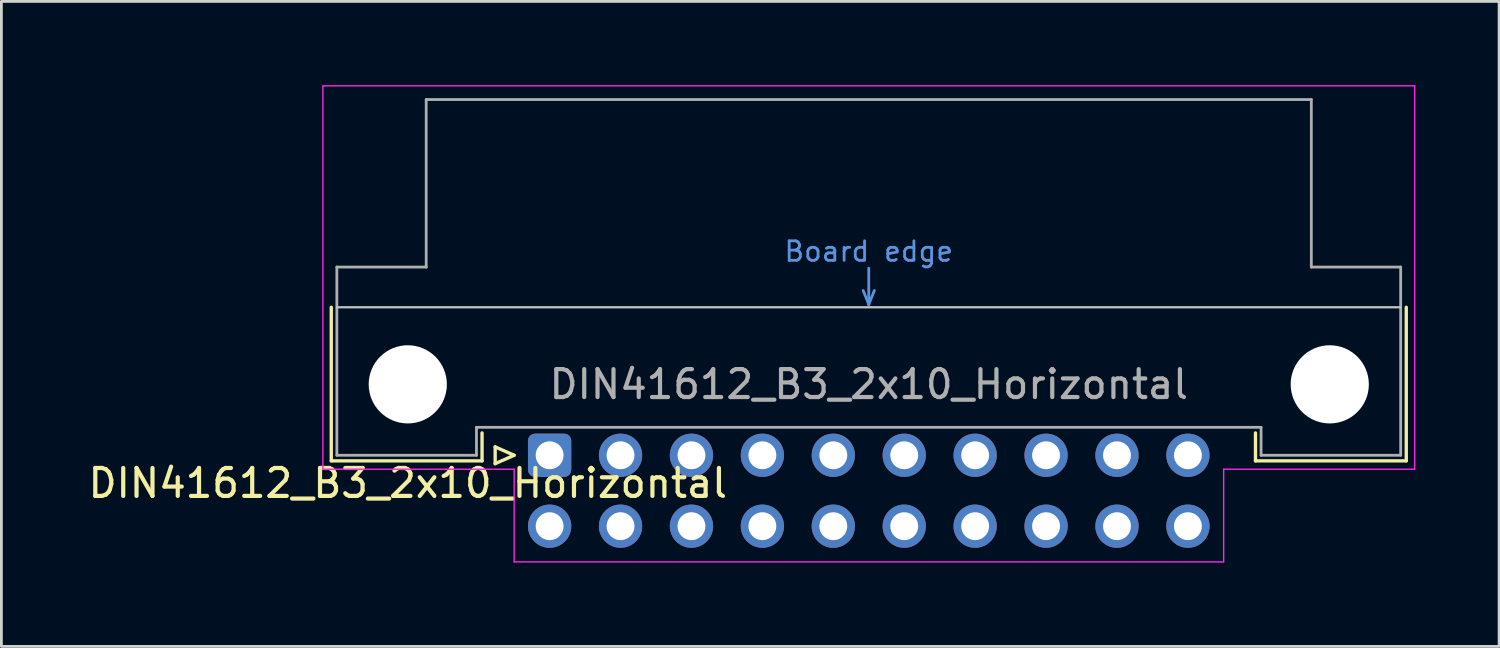
<source format=kicad_pcb>
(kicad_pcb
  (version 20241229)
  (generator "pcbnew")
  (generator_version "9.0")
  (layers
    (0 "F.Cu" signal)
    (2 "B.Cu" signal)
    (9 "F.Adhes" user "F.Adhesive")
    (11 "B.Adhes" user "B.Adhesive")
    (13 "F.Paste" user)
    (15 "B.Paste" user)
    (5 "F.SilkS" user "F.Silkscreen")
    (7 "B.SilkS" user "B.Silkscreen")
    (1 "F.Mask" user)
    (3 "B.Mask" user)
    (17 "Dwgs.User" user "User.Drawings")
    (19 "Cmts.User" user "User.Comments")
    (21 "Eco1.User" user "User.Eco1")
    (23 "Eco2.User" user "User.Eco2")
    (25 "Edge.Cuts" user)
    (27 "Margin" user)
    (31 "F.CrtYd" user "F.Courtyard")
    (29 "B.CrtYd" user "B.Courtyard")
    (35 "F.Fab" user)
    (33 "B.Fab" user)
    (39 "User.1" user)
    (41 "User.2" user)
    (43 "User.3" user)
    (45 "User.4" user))
  (footprint "DIN41612_B3_2x10_Horizontal"
    (layer "F.Cu")
    (at 16.634 13.255)
    (property "Reference" "DIN41612_B3_2x10_Horizontal" (at -5.08 1 0) (layer "F.SilkS") (effects (font (size 1 1) (thickness 0.15))))
    (attr through_hole)
    (fp_line (start -7.82 -5.3) (end -7.82 0.2) (stroke (width 0.12) (type solid)) (layer "F.SilkS"))
    (fp_line (start -7.82 0.2) (end -2.42 0.2) (stroke (width 0.12) (type solid)) (layer "F.SilkS"))
    (fp_line (start -2.42 0.2) (end -2.42 -0.8) (stroke (width 0.12) (type solid)) (layer "F.SilkS"))
    (fp_line (start -1.95 -0.3) (end -1.95 0.3) (stroke (width 0.12) (type solid)) (layer "F.SilkS"))
    (fp_line (start -1.95 0.3) (end -1.27 0) (stroke (width 0.12) (type solid)) (layer "F.SilkS"))
    (fp_line (start -1.27 0) (end -1.95 -0.3) (stroke (width 0.12) (type solid)) (layer "F.SilkS"))
    (fp_line (start 25.28 0.2) (end 25.28 -0.8) (stroke (width 0.12) (type solid)) (layer "F.SilkS"))
    (fp_line (start 30.68 -5.3) (end 30.68 0.2) (stroke (width 0.12) (type solid)) (layer "F.SilkS"))
    (fp_line (start 30.68 0.2) (end 25.28 0.2) (stroke (width 0.12) (type solid)) (layer "F.SilkS"))
    (fp_line (start -7.62 -5.3) (end 30.48 -5.3) (stroke (width 0.08) (type solid)) (layer "Dwgs.User"))
    (fp_line (start 11.23 -5.9) (end 11.43 -5.4) (stroke (width 0.1) (type solid)) (layer "Cmts.User"))
    (fp_line (start 11.43 -5.4) (end 11.43 -6.7) (stroke (width 0.1) (type solid)) (layer "Cmts.User"))
    (fp_line (start 11.43 -5.4) (end 11.63 -5.9) (stroke (width 0.1) (type solid)) (layer "Cmts.User"))
    (fp_line (start -8.12 -13.23) (end -8.12 0.5) (stroke (width 0.05) (type solid)) (layer "F.CrtYd"))
    (fp_line (start -8.12 0.5) (end -1.27 0.5) (stroke (width 0.05) (type solid)) (layer "F.CrtYd"))
    (fp_line (start -1.27 0.5) (end -1.27 3.82) (stroke (width 0.05) (type solid)) (layer "F.CrtYd"))
    (fp_line (start -1.27 3.82) (end 24.14 3.82) (stroke (width 0.05) (type solid)) (layer "F.CrtYd"))
    (fp_line (start 24.14 0.5) (end 30.98 0.5) (stroke (width 0.05) (type solid)) (layer "F.CrtYd"))
    (fp_line (start 24.14 3.82) (end 24.14 0.5) (stroke (width 0.05) (type solid)) (layer "F.CrtYd"))
    (fp_line (start 30.98 -13.23) (end -8.12 -13.23) (stroke (width 0.05) (type solid)) (layer "F.CrtYd"))
    (fp_line (start 30.98 0.5) (end 30.98 -13.23) (stroke (width 0.05) (type solid)) (layer "F.CrtYd"))
    (fp_line (start -7.62 -6.74) (end -7.62 0) (stroke (width 0.1) (type solid)) (layer "F.Fab"))
    (fp_line (start -7.62 0) (end -2.62 0) (stroke (width 0.1) (type solid)) (layer "F.Fab"))
    (fp_line (start -4.42 -12.74) (end -4.42 -6.74) (stroke (width 0.1) (type solid)) (layer "F.Fab"))
    (fp_line (start -4.42 -6.74) (end -7.62 -6.74) (stroke (width 0.1) (type solid)) (layer "F.Fab"))
    (fp_line (start -2.62 -1) (end 25.48 -1) (stroke (width 0.1) (type solid)) (layer "F.Fab"))
    (fp_line (start -2.62 0) (end -2.62 -1) (stroke (width 0.1) (type solid)) (layer "F.Fab"))
    (fp_line (start 25.48 -1) (end 25.48 0) (stroke (width 0.1) (type solid)) (layer "F.Fab"))
    (fp_line (start 25.48 0) (end 30.48 0) (stroke (width 0.1) (type solid)) (layer "F.Fab"))
    (fp_line (start 27.28 -12.74) (end -4.42 -12.74) (stroke (width 0.1) (type solid)) (layer "F.Fab"))
    (fp_line (start 27.28 -6.74) (end 27.28 -12.74) (stroke (width 0.1) (type solid)) (layer "F.Fab"))
    (fp_line (start 30.48 -6.74) (end 27.28 -6.74) (stroke (width 0.1) (type solid)) (layer "F.Fab"))
    (fp_line (start 30.48 0) (end 30.48 -6.74) (stroke (width 0.1) (type solid)) (layer "F.Fab"))
    (fp_text user "Board edge" (at 11.43 -7.3 0) (layer "Cmts.User") (effects (font (size 0.7 0.7) (thickness 0.1))))
    (fp_text user "${REFERENCE}" (at 11.43 -2.54 0) (layer "F.Fab") (effects (font (size 1 1) (thickness 0.15))))
    (pad "" np_thru_hole circle (at -5.08 -2.54) (size 2.8 2.8) (drill 2.8) (layers "*.Cu" "*.Mask"))
    (pad "" np_thru_hole circle (at 27.94 -2.54) (size 2.8 2.8) (drill 2.8) (layers "*.Cu" "*.Mask"))
    (pad "a1" thru_hole roundrect (at 0 0) (size 1.55 1.55) (drill 1) (layers "*.Cu" "*.Mask") (roundrect_rratio 0.161))
    (pad "a2" thru_hole circle (at 2.54 0) (size 1.55 1.55) (drill 1) (layers "*.Cu" "*.Mask"))
    (pad "a3" thru_hole circle (at 5.08 0) (size 1.55 1.55) (drill 1) (layers "*.Cu" "*.Mask"))
    (pad "a4" thru_hole circle (at 7.62 0) (size 1.55 1.55) (drill 1) (layers "*.Cu" "*.Mask"))
    (pad "a5" thru_hole circle (at 10.16 0) (size 1.55 1.55) (drill 1) (layers "*.Cu" "*.Mask"))
    (pad "a6" thru_hole circle (at 12.7 0) (size 1.55 1.55) (drill 1) (layers "*.Cu" "*.Mask"))
    (pad "a7" thru_hole circle (at 15.24 0) (size 1.55 1.55) (drill 1) (layers "*.Cu" "*.Mask"))
    (pad "a8" thru_hole circle (at 17.78 0) (size 1.55 1.55) (drill 1) (layers "*.Cu" "*.Mask"))
    (pad "a9" thru_hole circle (at 20.32 0) (size 1.55 1.55) (drill 1) (layers "*.Cu" "*.Mask"))
    (pad "a10" thru_hole circle (at 22.86 0) (size 1.55 1.55) (drill 1) (layers "*.Cu" "*.Mask"))
    (pad "b1" thru_hole circle (at 0 2.54) (size 1.55 1.55) (drill 1) (layers "*.Cu" "*.Mask"))
    (pad "b2" thru_hole circle (at 2.54 2.54) (size 1.55 1.55) (drill 1) (layers "*.Cu" "*.Mask"))
    (pad "b3" thru_hole circle (at 5.08 2.54) (size 1.55 1.55) (drill 1) (layers "*.Cu" "*.Mask"))
    (pad "b4" thru_hole circle (at 7.62 2.54) (size 1.55 1.55) (drill 1) (layers "*.Cu" "*.Mask"))
    (pad "b5" thru_hole circle (at 10.16 2.54) (size 1.55 1.55) (drill 1) (layers "*.Cu" "*.Mask"))
    (pad "b6" thru_hole circle (at 12.7 2.54) (size 1.55 1.55) (drill 1) (layers "*.Cu" "*.Mask"))
    (pad "b7" thru_hole circle (at 15.24 2.54) (size 1.55 1.55) (drill 1) (layers "*.Cu" "*.Mask"))
    (pad "b8" thru_hole circle (at 17.78 2.54) (size 1.55 1.55) (drill 1) (layers "*.Cu" "*.Mask"))
    (pad "b9" thru_hole circle (at 20.32 2.54) (size 1.55 1.55) (drill 1) (layers "*.Cu" "*.Mask"))
    (pad "b10" thru_hole circle (at 22.86 2.54) (size 1.55 1.55) (drill 1) (layers "*.Cu" "*.Mask")))
  (gr_rect
    (start -3 -3)
    (end 50.639 20.1)
    (stroke (width 0.1) (type default))
    (fill no)
    (layer "Edge.Cuts")))
</source>
